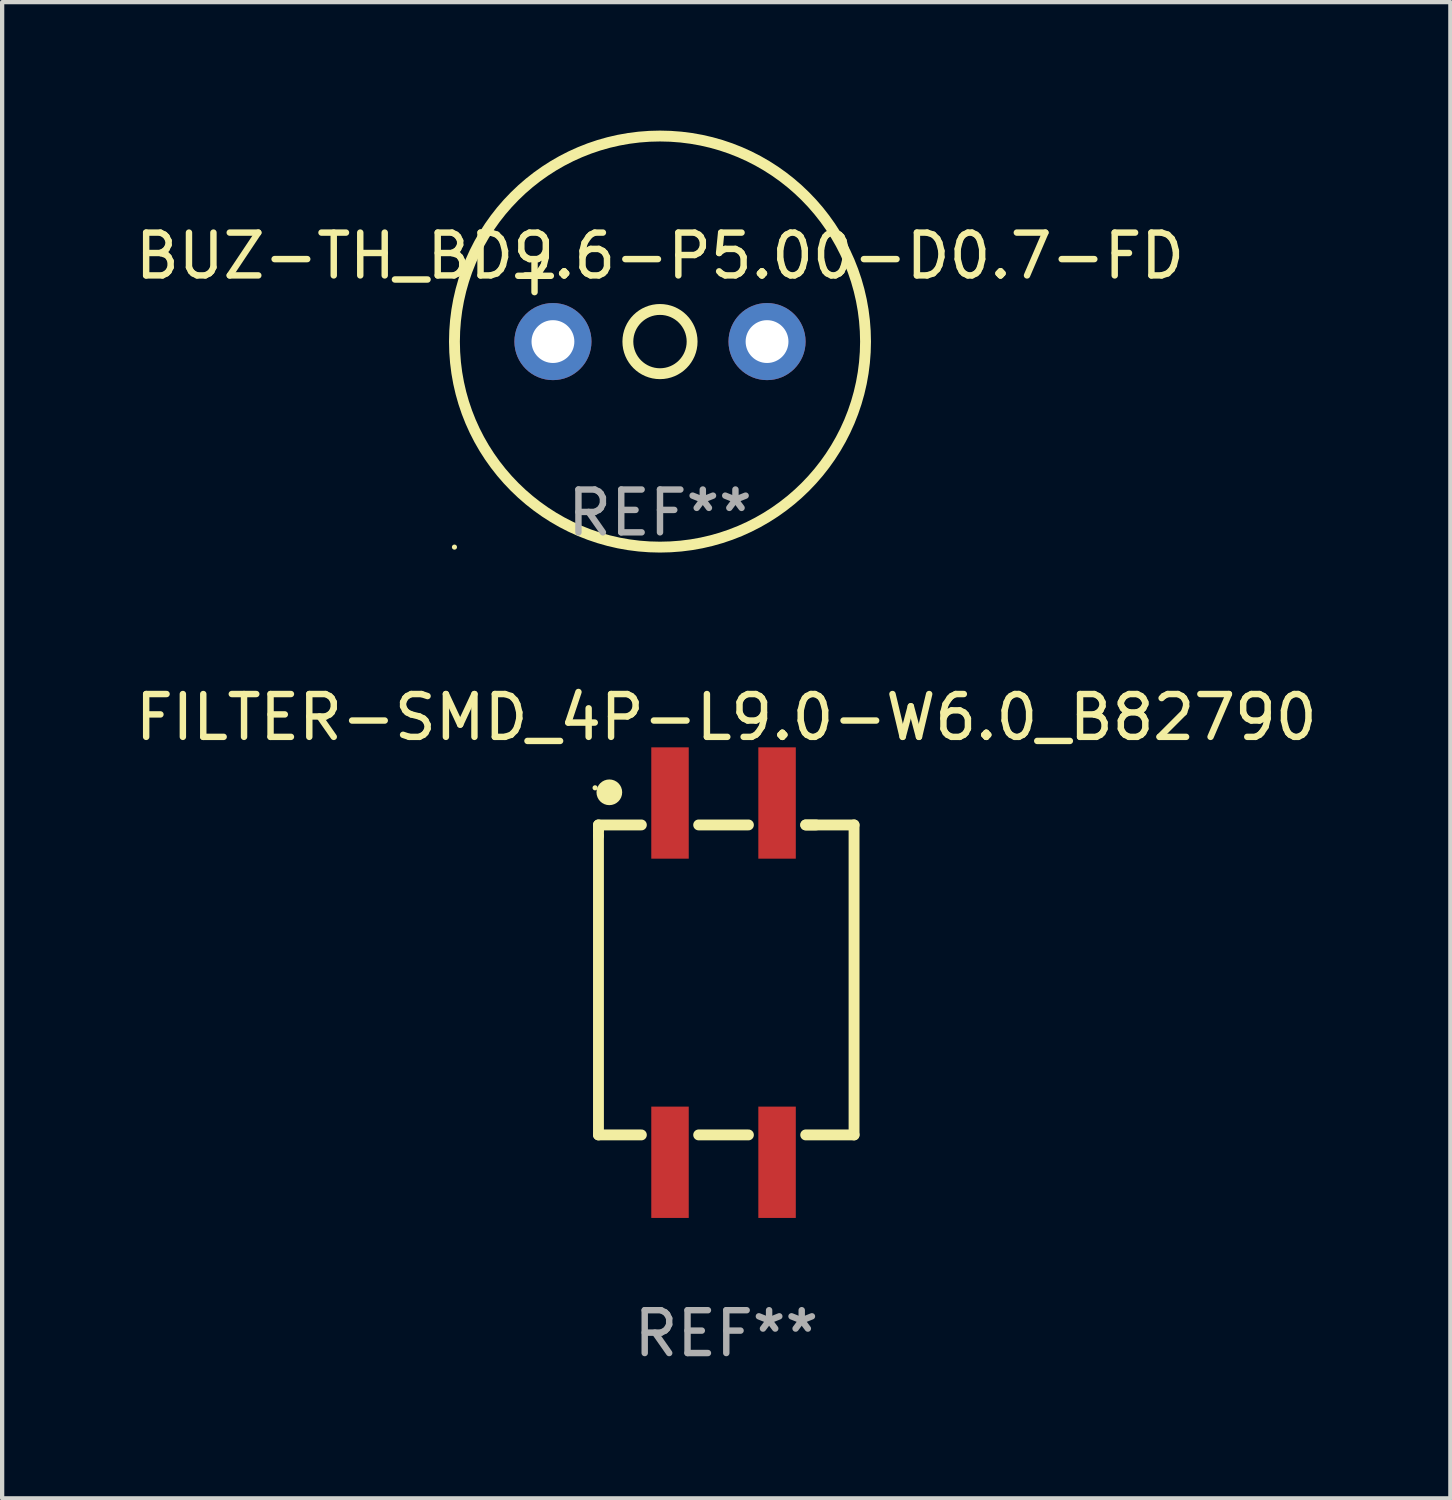
<source format=kicad_pcb>
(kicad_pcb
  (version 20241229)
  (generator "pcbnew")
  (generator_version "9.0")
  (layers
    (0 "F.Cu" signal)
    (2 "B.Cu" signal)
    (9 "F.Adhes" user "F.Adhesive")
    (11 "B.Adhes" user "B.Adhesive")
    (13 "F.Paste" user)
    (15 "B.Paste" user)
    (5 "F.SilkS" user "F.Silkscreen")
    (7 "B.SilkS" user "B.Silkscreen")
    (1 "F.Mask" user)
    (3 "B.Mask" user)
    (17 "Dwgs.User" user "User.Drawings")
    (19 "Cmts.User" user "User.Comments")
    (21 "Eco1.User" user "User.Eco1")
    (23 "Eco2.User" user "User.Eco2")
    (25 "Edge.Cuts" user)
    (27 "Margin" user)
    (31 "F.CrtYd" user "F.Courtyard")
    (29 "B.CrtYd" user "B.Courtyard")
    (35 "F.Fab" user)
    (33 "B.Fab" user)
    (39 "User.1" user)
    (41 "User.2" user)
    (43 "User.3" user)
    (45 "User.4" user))
  (footprint "BUZ-TH_BD9.6-P5.00-D0.7-FD"
    (layer "F.Cu")
    (at 12.363 4.927)
    (property "Reference" "BUZ-TH_BD9.6-P5.00-D0.7-FD" (at 0 -2 0) (layer "F.SilkS") (effects (font (size 1 1) (thickness 0.15))))
    (attr through_hole)
    (fp_circle (center -4.8 4.8) (end -4.77 4.8) (stroke (width 0.06) (type solid)) (fill no) (layer "F.SilkS"))
    (fp_circle (center -0.000127 0) (end 0.75 0) (stroke (width 0.254) (type solid)) (fill no) (layer "F.SilkS"))
    (fp_circle (center -0.000127 0) (end 4.8 0) (stroke (width 0.254) (type solid)) (fill no) (layer "F.SilkS"))
    (fp_text user "+" (at -2.93 -1.61 0) (layer "F.SilkS") (effects (font (size 1 1) (thickness 0.15))))
    (fp_text user "REF**" (at 0 4 0) (layer "F.Fab") (effects (font (size 1 1) (thickness 0.15))))
    (pad "1" thru_hole circle (at -2.5 0) (size 1.8 1.8) (drill 1) (layers "*.Cu" "*.Mask"))
    (pad "2" thru_hole circle (at 2.5 0) (size 1.8 1.8) (drill 1) (layers "*.Cu" "*.Mask")))
  (footprint "FILTER-SMD_4P-L9.0-W6.0_B82790"
    (layer "F.Cu")
    (at 13.847 19.898)
    (property "Reference" "FILTER-SMD_4P-L9.0-W6.0_B82790" (at 0.064 -6.195 0) (layer "F.SilkS") (effects (font (size 1 1) (thickness 0.15))))
    (attr through_hole)
    (fp_line (start -2.921 -3.683) (end -1.919 -3.683) (stroke (width 0.254) (type solid)) (layer "F.SilkS"))
    (fp_line (start -2.921 -3.556) (end -2.921 -3.683) (stroke (width 0.254) (type solid)) (layer "F.SilkS"))
    (fp_line (start -2.921 -3.429) (end -2.921 -3.556) (stroke (width 0.254) (type solid)) (layer "F.SilkS"))
    (fp_line (start -2.921 3.556) (end -2.921 -3.429) (stroke (width 0.254) (type solid)) (layer "F.SilkS"))
    (fp_line (start -1.919 3.556) (end -2.921 3.556) (stroke (width 0.254) (type solid)) (layer "F.SilkS"))
    (fp_line (start -0.581 -3.683) (end 0.581 -3.683) (stroke (width 0.254) (type solid)) (layer "F.SilkS"))
    (fp_line (start 0.581 3.556) (end -0.581 3.556) (stroke (width 0.254) (type solid)) (layer "F.SilkS"))
    (fp_line (start 1.919 -3.683) (end 2.159 -3.683) (stroke (width 0.254) (type solid)) (layer "F.SilkS"))
    (fp_line (start 1.919 -3.683) (end 3.048 -3.683) (stroke (width 0.254) (type solid)) (layer "F.SilkS"))
    (fp_line (start 3.048 -3.683) (end 3.048 3.556) (stroke (width 0.254) (type solid)) (layer "F.SilkS"))
    (fp_line (start 3.048 3.556) (end 1.919 3.556) (stroke (width 0.254) (type solid)) (layer "F.SilkS"))
    (fp_circle (center -3 -4.55) (end -2.97 -4.55) (stroke (width 0.06) (type solid)) (fill no) (layer "F.SilkS"))
    (fp_circle (center -2.667 -4.445) (end -2.517 -4.445) (stroke (width 0.3) (type solid)) (fill no) (layer "F.SilkS"))
    (fp_text user "REF**" (at 0.064 8.195 0) (layer "F.Fab") (effects (font (size 1 1) (thickness 0.15))))
    (pad "1" smd rect (at -1.25 -4.195) (size 0.875 2.6) (layers "F.Cu" "F.Mask" "F.Paste"))
    (pad "2" smd rect (at -1.25 4.195) (size 0.875 2.6) (layers "F.Cu" "F.Mask" "F.Paste"))
    (pad "3" smd rect (at 1.25 4.195) (size 0.875 2.6) (layers "F.Cu" "F.Mask" "F.Paste"))
    (pad "4" smd rect (at 1.25 -4.195) (size 0.875 2.6) (layers "F.Cu" "F.Mask" "F.Paste")))
  (gr_rect
    (start -3 -3)
    (end 30.821 31.941)
    (stroke (width 0.1) (type default))
    (fill no)
    (layer "Edge.Cuts")))
</source>
